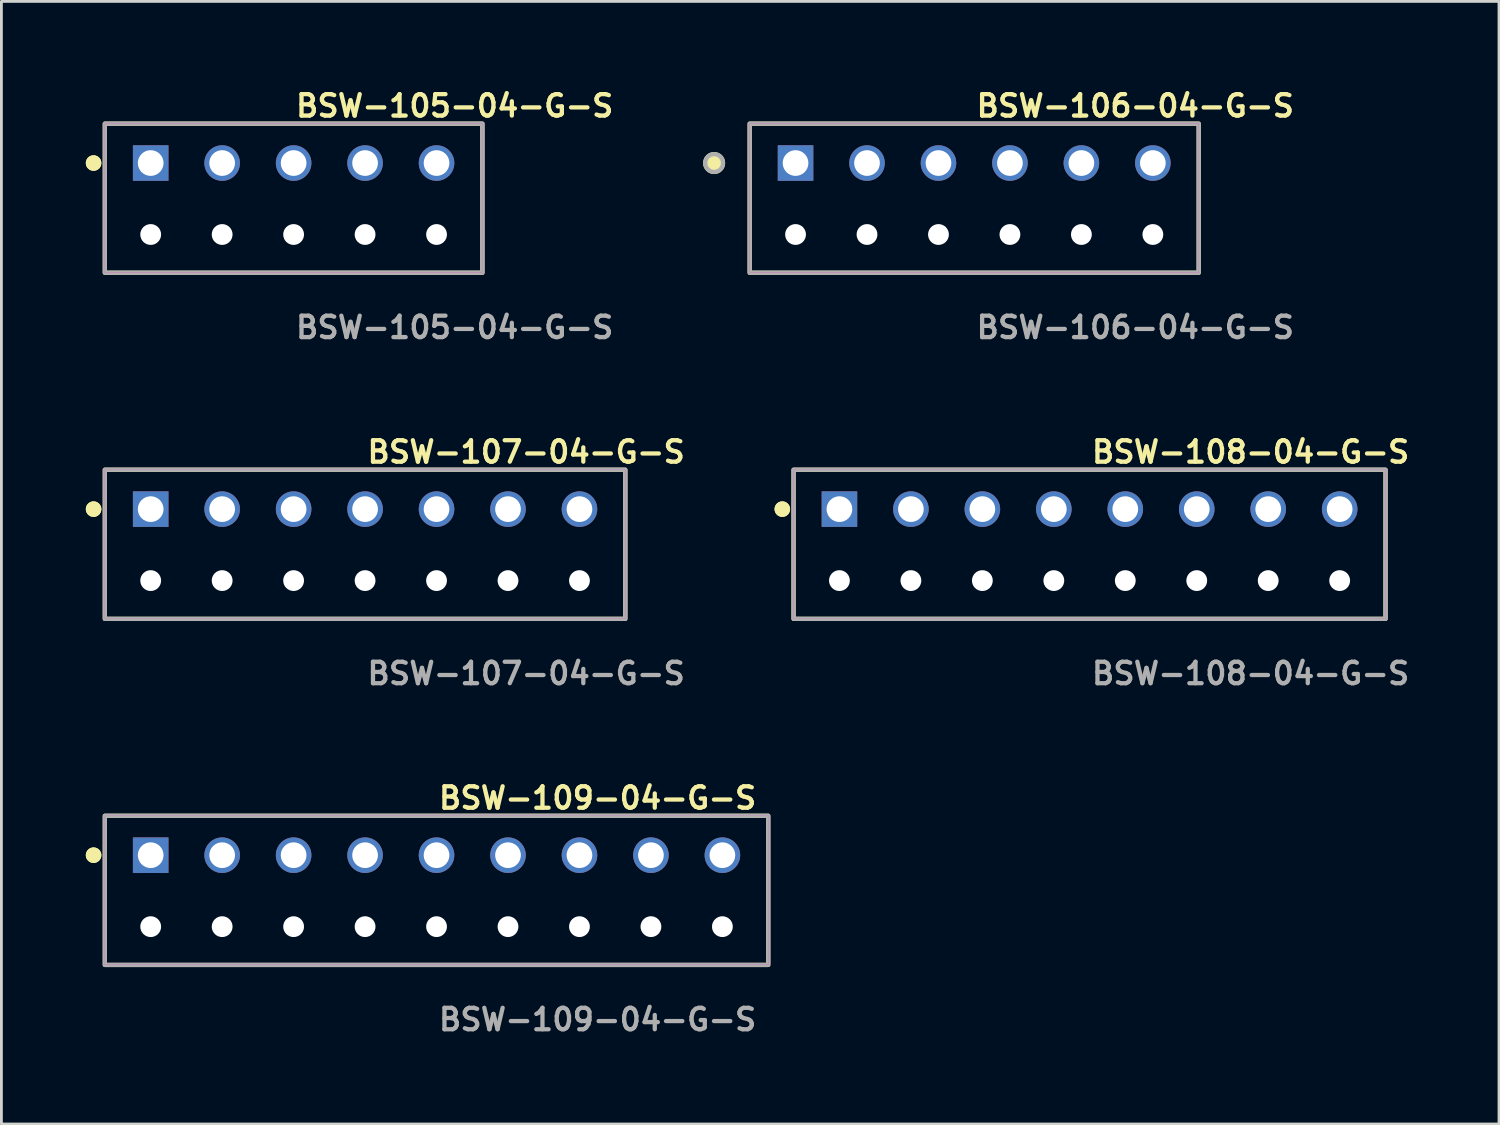
<source format=kicad_pcb>
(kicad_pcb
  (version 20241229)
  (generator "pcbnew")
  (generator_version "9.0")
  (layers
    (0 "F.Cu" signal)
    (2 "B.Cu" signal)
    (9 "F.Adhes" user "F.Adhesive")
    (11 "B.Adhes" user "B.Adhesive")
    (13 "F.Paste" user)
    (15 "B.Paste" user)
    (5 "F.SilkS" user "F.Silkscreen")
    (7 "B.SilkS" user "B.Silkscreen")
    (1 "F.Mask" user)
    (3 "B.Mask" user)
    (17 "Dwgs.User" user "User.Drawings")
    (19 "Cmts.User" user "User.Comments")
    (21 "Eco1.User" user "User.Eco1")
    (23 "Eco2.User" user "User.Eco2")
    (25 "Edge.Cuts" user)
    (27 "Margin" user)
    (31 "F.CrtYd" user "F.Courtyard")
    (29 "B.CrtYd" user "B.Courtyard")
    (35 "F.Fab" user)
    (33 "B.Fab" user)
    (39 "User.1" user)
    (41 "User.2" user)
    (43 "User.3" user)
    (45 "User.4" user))
  (footprint "BSW-108-04-G-S"
    (layer "F.Cu")
    (at 35.676 15.046)
    (property "Reference" "BSW-108-04-G-S" (at 0 -2.032 0) (unlocked yes) (layer "F.SilkS") (effects (font (size 0.762 0.762) (thickness 0.152)) (justify left)))
    (fp_rect (start -10.52 3.9) (end 10.52 -1.4) (stroke (width 0.152) (type solid)) (fill no) (layer "F.SilkS"))
    (fp_circle (center -10.92 0) (end -11.12 0) (stroke (width 0.152) (type solid)) (fill yes) (layer "F.SilkS"))
    (fp_circle (center -10.92 0) (end -11.12 0) (stroke (width 0.152) (type solid)) (fill yes) (layer "F.SilkS"))
    (fp_rect (start -10.52 3.9) (end 10.52 -1.4) (stroke (width 0.006) (type solid)) (fill no) (layer "F.CrtYd"))
    (fp_rect (start -10.52 3.9) (end 10.52 -1.4) (stroke (width 0.152) (type solid)) (fill no) (layer "F.Fab"))
    (fp_text user "${REFERENCE}" (at 0 5.842 0) (unlocked yes) (layer "F.Fab") (effects (font (size 0.762 0.762) (thickness 0.152)) (justify left)))
    (pad "" np_thru_hole circle (at -8.89 2.54) (size 0.74 0.74) (drill 0.74) (layers "*.Cu" "*.Mask"))
    (pad "" np_thru_hole circle (at -6.35 2.54) (size 0.74 0.74) (drill 0.74) (layers "*.Cu" "*.Mask"))
    (pad "" np_thru_hole circle (at -3.81 2.54) (size 0.74 0.74) (drill 0.74) (layers "*.Cu" "*.Mask"))
    (pad "" np_thru_hole circle (at -1.27 2.54) (size 0.74 0.74) (drill 0.74) (layers "*.Cu" "*.Mask"))
    (pad "" np_thru_hole circle (at 1.27 2.54) (size 0.74 0.74) (drill 0.74) (layers "*.Cu" "*.Mask"))
    (pad "" np_thru_hole circle (at 3.81 2.54) (size 0.74 0.74) (drill 0.74) (layers "*.Cu" "*.Mask"))
    (pad "" np_thru_hole circle (at 6.35 2.54) (size 0.74 0.74) (drill 0.74) (layers "*.Cu" "*.Mask"))
    (pad "" np_thru_hole circle (at 8.89 2.54) (size 0.74 0.74) (drill 0.74) (layers "*.Cu" "*.Mask"))
    (pad "1" thru_hole rect (at -8.89 0) (size 1.264 1.264) (drill 0.914) (layers "*.Cu" "*.Mask"))
    (pad "2" thru_hole circle (at -6.35 0) (size 1.264 1.264) (drill 0.914) (layers "*.Cu" "*.Mask"))
    (pad "3" thru_hole circle (at -3.81 0) (size 1.264 1.264) (drill 0.914) (layers "*.Cu" "*.Mask"))
    (pad "4" thru_hole circle (at -1.27 0) (size 1.264 1.264) (drill 0.914) (layers "*.Cu" "*.Mask"))
    (pad "5" thru_hole circle (at 1.27 0) (size 1.264 1.264) (drill 0.914) (layers "*.Cu" "*.Mask"))
    (pad "6" thru_hole circle (at 3.81 0) (size 1.264 1.264) (drill 0.914) (layers "*.Cu" "*.Mask"))
    (pad "7" thru_hole circle (at 6.35 0) (size 1.264 1.264) (drill 0.914) (layers "*.Cu" "*.Mask"))
    (pad "8" thru_hole circle (at 8.89 0) (size 1.264 1.264) (drill 0.914) (layers "*.Cu" "*.Mask")))
  (footprint "BSW-105-04-G-S"
    (layer "F.Cu")
    (at 7.386 2.745)
    (property "Reference" "BSW-105-04-G-S" (at 0 -2.032 0) (unlocked yes) (layer "F.SilkS") (effects (font (size 0.762 0.762) (thickness 0.152)) (justify left)))
    (fp_rect (start -6.71 3.9) (end 6.71 -1.4) (stroke (width 0.152) (type solid)) (fill no) (layer "F.SilkS"))
    (fp_circle (center -7.11 0) (end -7.31 0) (stroke (width 0.152) (type solid)) (fill yes) (layer "F.SilkS"))
    (fp_circle (center -7.11 0) (end -7.31 0) (stroke (width 0.152) (type solid)) (fill yes) (layer "F.SilkS"))
    (fp_rect (start -6.71 3.9) (end 6.71 -1.4) (stroke (width 0.006) (type solid)) (fill no) (layer "F.CrtYd"))
    (fp_rect (start -6.71 3.9) (end 6.71 -1.4) (stroke (width 0.152) (type solid)) (fill no) (layer "F.Fab"))
    (fp_text user "${REFERENCE}" (at 0 5.842 0) (unlocked yes) (layer "F.Fab") (effects (font (size 0.762 0.762) (thickness 0.152)) (justify left)))
    (pad "" np_thru_hole circle (at -5.08 2.54) (size 0.74 0.74) (drill 0.74) (layers "*.Cu" "*.Mask"))
    (pad "" np_thru_hole circle (at -2.54 2.54) (size 0.74 0.74) (drill 0.74) (layers "*.Cu" "*.Mask"))
    (pad "" np_thru_hole circle (at 0 2.54) (size 0.74 0.74) (drill 0.74) (layers "*.Cu" "*.Mask"))
    (pad "" np_thru_hole circle (at 2.54 2.54) (size 0.74 0.74) (drill 0.74) (layers "*.Cu" "*.Mask"))
    (pad "" np_thru_hole circle (at 5.08 2.54) (size 0.74 0.74) (drill 0.74) (layers "*.Cu" "*.Mask"))
    (pad "1" thru_hole rect (at -5.08 0) (size 1.264 1.264) (drill 0.914) (layers "*.Cu" "*.Mask"))
    (pad "2" thru_hole circle (at -2.54 0) (size 1.264 1.264) (drill 0.914) (layers "*.Cu" "*.Mask"))
    (pad "3" thru_hole circle (at 0 0) (size 1.264 1.264) (drill 0.914) (layers "*.Cu" "*.Mask"))
    (pad "4" thru_hole circle (at 2.54 0) (size 1.264 1.264) (drill 0.914) (layers "*.Cu" "*.Mask"))
    (pad "5" thru_hole circle (at 5.08 0) (size 1.264 1.264) (drill 0.914) (layers "*.Cu" "*.Mask")))
  (footprint "BSW-107-04-G-S"
    (layer "F.Cu")
    (at 9.926 15.046)
    (property "Reference" "BSW-107-04-G-S" (at 0 -2.032 0) (unlocked yes) (layer "F.SilkS") (effects (font (size 0.762 0.762) (thickness 0.152)) (justify left)))
    (fp_rect (start -9.25 3.9) (end 9.25 -1.4) (stroke (width 0.152) (type solid)) (fill no) (layer "F.SilkS"))
    (fp_circle (center -9.65 0) (end -9.85 0) (stroke (width 0.152) (type solid)) (fill yes) (layer "F.SilkS"))
    (fp_circle (center -9.65 0) (end -9.85 0) (stroke (width 0.152) (type solid)) (fill yes) (layer "F.SilkS"))
    (fp_rect (start -9.25 3.9) (end 9.25 -1.4) (stroke (width 0.006) (type solid)) (fill no) (layer "F.CrtYd"))
    (fp_rect (start -9.25 3.9) (end 9.25 -1.4) (stroke (width 0.152) (type solid)) (fill no) (layer "F.Fab"))
    (fp_text user "${REFERENCE}" (at 0 5.842 0) (unlocked yes) (layer "F.Fab") (effects (font (size 0.762 0.762) (thickness 0.152)) (justify left)))
    (pad "" np_thru_hole circle (at -7.62 2.54) (size 0.74 0.74) (drill 0.74) (layers "*.Cu" "*.Mask"))
    (pad "" np_thru_hole circle (at -5.08 2.54) (size 0.74 0.74) (drill 0.74) (layers "*.Cu" "*.Mask"))
    (pad "" np_thru_hole circle (at -2.54 2.54) (size 0.74 0.74) (drill 0.74) (layers "*.Cu" "*.Mask"))
    (pad "" np_thru_hole circle (at 0 2.54) (size 0.74 0.74) (drill 0.74) (layers "*.Cu" "*.Mask"))
    (pad "" np_thru_hole circle (at 2.54 2.54) (size 0.74 0.74) (drill 0.74) (layers "*.Cu" "*.Mask"))
    (pad "" np_thru_hole circle (at 5.08 2.54) (size 0.74 0.74) (drill 0.74) (layers "*.Cu" "*.Mask"))
    (pad "" np_thru_hole circle (at 7.62 2.54) (size 0.74 0.74) (drill 0.74) (layers "*.Cu" "*.Mask"))
    (pad "1" thru_hole rect (at -7.62 0) (size 1.264 1.264) (drill 0.914) (layers "*.Cu" "*.Mask"))
    (pad "2" thru_hole circle (at -5.08 0) (size 1.264 1.264) (drill 0.914) (layers "*.Cu" "*.Mask"))
    (pad "3" thru_hole circle (at -2.54 0) (size 1.264 1.264) (drill 0.914) (layers "*.Cu" "*.Mask"))
    (pad "4" thru_hole circle (at 0 0) (size 1.264 1.264) (drill 0.914) (layers "*.Cu" "*.Mask"))
    (pad "5" thru_hole circle (at 2.54 0) (size 1.264 1.264) (drill 0.914) (layers "*.Cu" "*.Mask"))
    (pad "6" thru_hole circle (at 5.08 0) (size 1.264 1.264) (drill 0.914) (layers "*.Cu" "*.Mask"))
    (pad "7" thru_hole circle (at 7.62 0) (size 1.264 1.264) (drill 0.914) (layers "*.Cu" "*.Mask")))
  (footprint "BSW-109-04-G-S"
    (layer "F.Cu")
    (at 12.466 27.346)
    (property "Reference" "BSW-109-04-G-S" (at 0 -2.032 0) (unlocked yes) (layer "F.SilkS") (effects (font (size 0.762 0.762) (thickness 0.152)) (justify left)))
    (fp_rect (start -11.79 3.9) (end 11.79 -1.4) (stroke (width 0.152) (type solid)) (fill no) (layer "F.SilkS"))
    (fp_circle (center -12.19 0) (end -12.39 0) (stroke (width 0.152) (type solid)) (fill yes) (layer "F.SilkS"))
    (fp_circle (center -12.19 0) (end -12.39 0) (stroke (width 0.152) (type solid)) (fill yes) (layer "F.SilkS"))
    (fp_rect (start -11.79 3.9) (end 11.79 -1.4) (stroke (width 0.006) (type solid)) (fill no) (layer "F.CrtYd"))
    (fp_rect (start -11.79 3.9) (end 11.79 -1.4) (stroke (width 0.152) (type solid)) (fill no) (layer "F.Fab"))
    (fp_text user "${REFERENCE}" (at 0 5.842 0) (unlocked yes) (layer "F.Fab") (effects (font (size 0.762 0.762) (thickness 0.152)) (justify left)))
    (pad "" np_thru_hole circle (at -10.16 2.54) (size 0.74 0.74) (drill 0.74) (layers "*.Cu" "*.Mask"))
    (pad "" np_thru_hole circle (at -7.62 2.54) (size 0.74 0.74) (drill 0.74) (layers "*.Cu" "*.Mask"))
    (pad "" np_thru_hole circle (at -5.08 2.54) (size 0.74 0.74) (drill 0.74) (layers "*.Cu" "*.Mask"))
    (pad "" np_thru_hole circle (at -2.54 2.54) (size 0.74 0.74) (drill 0.74) (layers "*.Cu" "*.Mask"))
    (pad "" np_thru_hole circle (at 0 2.54) (size 0.74 0.74) (drill 0.74) (layers "*.Cu" "*.Mask"))
    (pad "" np_thru_hole circle (at 2.54 2.54) (size 0.74 0.74) (drill 0.74) (layers "*.Cu" "*.Mask"))
    (pad "" np_thru_hole circle (at 5.08 2.54) (size 0.74 0.74) (drill 0.74) (layers "*.Cu" "*.Mask"))
    (pad "" np_thru_hole circle (at 7.62 2.54) (size 0.74 0.74) (drill 0.74) (layers "*.Cu" "*.Mask"))
    (pad "" np_thru_hole circle (at 10.16 2.54) (size 0.74 0.74) (drill 0.74) (layers "*.Cu" "*.Mask"))
    (pad "1" thru_hole rect (at -10.16 0) (size 1.264 1.264) (drill 0.914) (layers "*.Cu" "*.Mask"))
    (pad "2" thru_hole circle (at -7.62 0) (size 1.264 1.264) (drill 0.914) (layers "*.Cu" "*.Mask"))
    (pad "3" thru_hole circle (at -5.08 0) (size 1.264 1.264) (drill 0.914) (layers "*.Cu" "*.Mask"))
    (pad "4" thru_hole circle (at -2.54 0) (size 1.264 1.264) (drill 0.914) (layers "*.Cu" "*.Mask"))
    (pad "5" thru_hole circle (at 0 0) (size 1.264 1.264) (drill 0.914) (layers "*.Cu" "*.Mask"))
    (pad "6" thru_hole circle (at 2.54 0) (size 1.264 1.264) (drill 0.914) (layers "*.Cu" "*.Mask"))
    (pad "7" thru_hole circle (at 5.08 0) (size 1.264 1.264) (drill 0.914) (layers "*.Cu" "*.Mask"))
    (pad "8" thru_hole circle (at 7.62 0) (size 1.264 1.264) (drill 0.914) (layers "*.Cu" "*.Mask"))
    (pad "9" thru_hole circle (at 10.16 0) (size 1.264 1.264) (drill 0.914) (layers "*.Cu" "*.Mask")))
  (footprint "BSW-106-04-G-S"
    (layer "F.Cu")
    (at 31.576 2.745)
    (property "Reference" "BSW-106-04-G-S" (at 0 -2.032 0) (unlocked yes) (layer "F.SilkS") (effects (font (size 0.762 0.762) (thickness 0.152)) (justify left)))
    (fp_rect (start -7.98 3.9) (end 7.98 -1.4) (stroke (width 0.152) (type solid)) (fill no) (layer "F.SilkS"))
    (fp_circle (center -9.244 0) (end -9.56 0) (stroke (width 0.152) (type solid)) (fill yes) (layer "F.SilkS"))
    (fp_rect (start -7.98 3.9) (end 7.98 -1.4) (stroke (width 0.006) (type solid)) (fill no) (layer "F.CrtYd"))
    (fp_rect (start -7.98 3.9) (end 7.98 -1.4) (stroke (width 0.152) (type solid)) (fill no) (layer "F.Fab"))
    (fp_circle (center -9.244 0) (end -9.56 0) (stroke (width 0.152) (type solid)) (fill no) (layer "F.Fab"))
    (fp_text user "${REFERENCE}" (at 0 5.842 0) (unlocked yes) (layer "F.Fab") (effects (font (size 0.762 0.762) (thickness 0.152)) (justify left)))
    (pad "" np_thru_hole circle (at -6.35 2.54) (size 0.74 0.74) (drill 0.74) (layers "*.Cu" "*.Mask"))
    (pad "" np_thru_hole circle (at -3.81 2.54) (size 0.74 0.74) (drill 0.74) (layers "*.Cu" "*.Mask"))
    (pad "" np_thru_hole circle (at -1.27 2.54) (size 0.74 0.74) (drill 0.74) (layers "*.Cu" "*.Mask"))
    (pad "" np_thru_hole circle (at 1.27 2.54) (size 0.74 0.74) (drill 0.74) (layers "*.Cu" "*.Mask"))
    (pad "" np_thru_hole circle (at 3.81 2.54) (size 0.74 0.74) (drill 0.74) (layers "*.Cu" "*.Mask"))
    (pad "" np_thru_hole circle (at 6.35 2.54) (size 0.74 0.74) (drill 0.74) (layers "*.Cu" "*.Mask"))
    (pad "1" thru_hole rect (at -6.35 0) (size 1.264 1.264) (drill 0.914) (layers "*.Cu" "*.Mask"))
    (pad "2" thru_hole circle (at -3.81 0) (size 1.264 1.264) (drill 0.914) (layers "*.Cu" "*.Mask"))
    (pad "3" thru_hole circle (at -1.27 0) (size 1.264 1.264) (drill 0.914) (layers "*.Cu" "*.Mask"))
    (pad "4" thru_hole circle (at 1.27 0) (size 1.264 1.264) (drill 0.914) (layers "*.Cu" "*.Mask"))
    (pad "5" thru_hole circle (at 3.81 0) (size 1.264 1.264) (drill 0.914) (layers "*.Cu" "*.Mask"))
    (pad "6" thru_hole circle (at 6.35 0) (size 1.264 1.264) (drill 0.914) (layers "*.Cu" "*.Mask")))
  (gr_rect
    (start -3 -3)
    (end 50.229 36.901)
    (stroke (width 0.1) (type default))
    (fill no)
    (layer "Edge.Cuts")))
</source>
